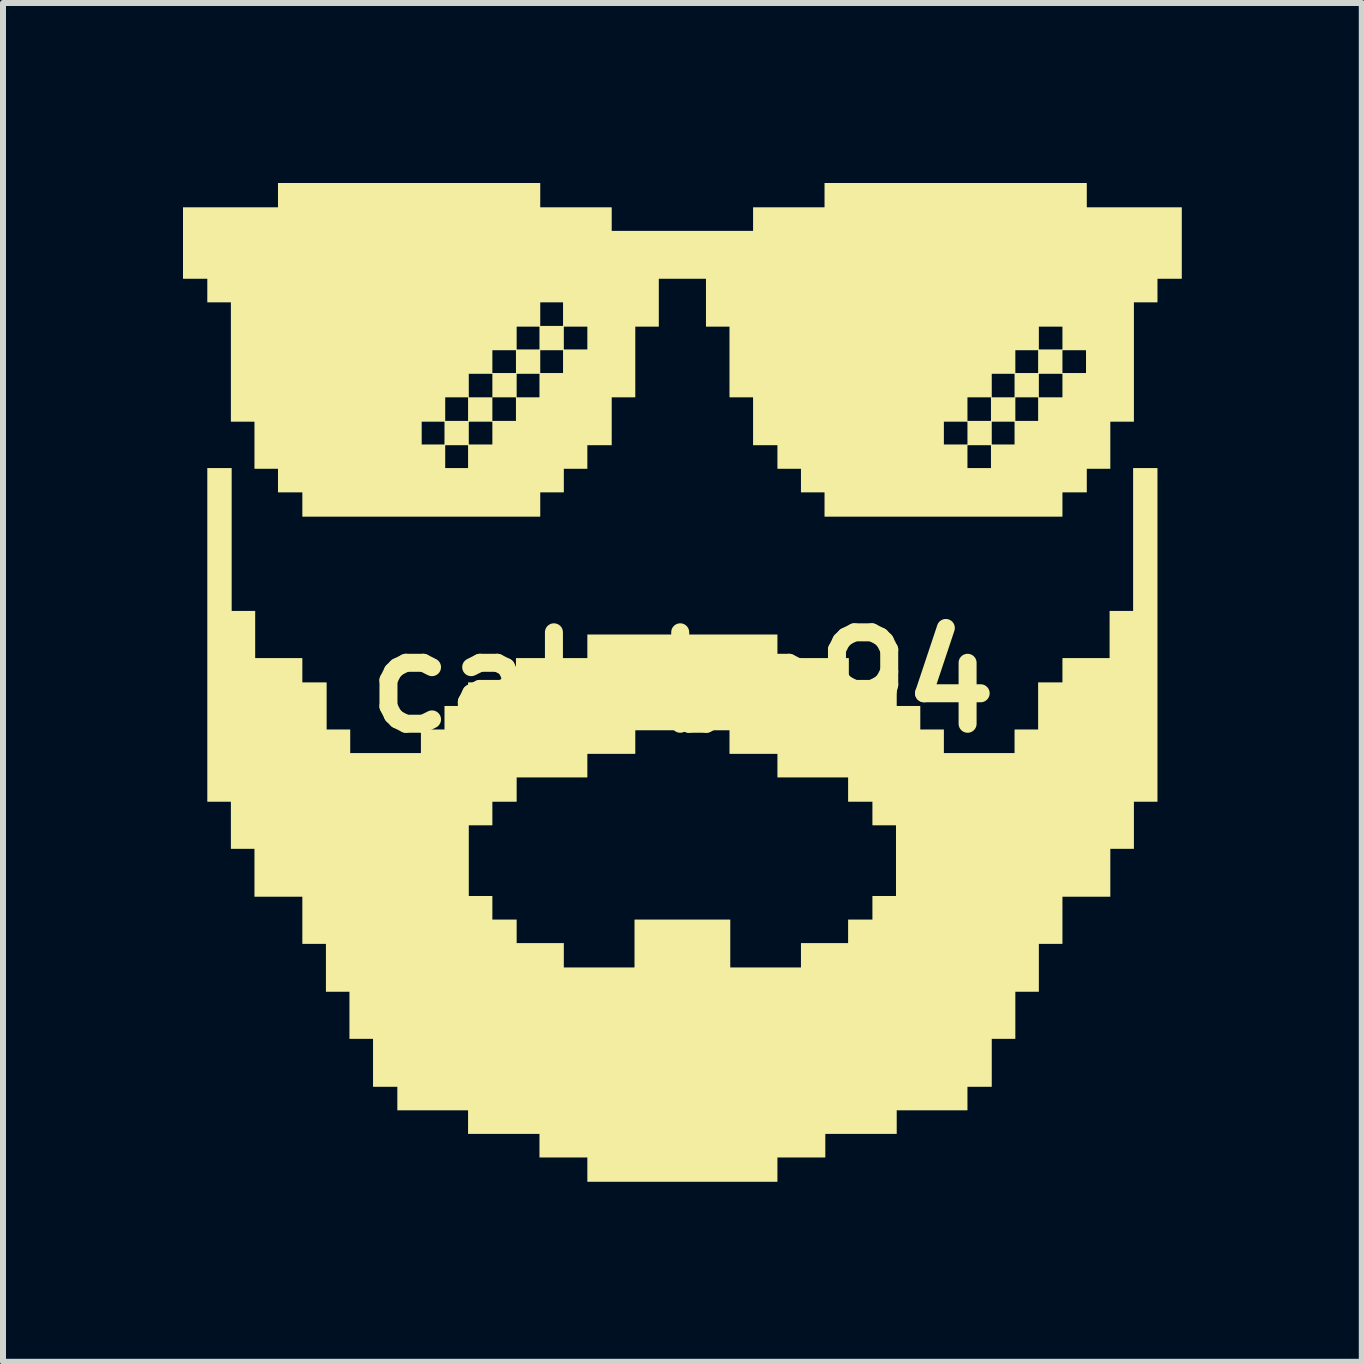
<source format=kicad_pcb>
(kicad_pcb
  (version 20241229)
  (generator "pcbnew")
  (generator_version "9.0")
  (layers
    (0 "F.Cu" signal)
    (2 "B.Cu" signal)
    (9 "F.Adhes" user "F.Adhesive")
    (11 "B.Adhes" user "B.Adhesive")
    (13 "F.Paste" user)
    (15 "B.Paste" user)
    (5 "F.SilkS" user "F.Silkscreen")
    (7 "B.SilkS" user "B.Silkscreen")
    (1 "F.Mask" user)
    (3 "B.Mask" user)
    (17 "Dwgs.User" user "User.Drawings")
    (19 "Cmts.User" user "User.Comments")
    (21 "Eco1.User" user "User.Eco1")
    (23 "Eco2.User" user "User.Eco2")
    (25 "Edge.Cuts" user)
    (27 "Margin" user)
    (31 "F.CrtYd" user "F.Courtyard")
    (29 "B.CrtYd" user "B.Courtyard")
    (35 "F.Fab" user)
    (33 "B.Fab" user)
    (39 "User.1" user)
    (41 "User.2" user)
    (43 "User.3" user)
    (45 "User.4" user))
  (footprint "calebe94"
    (layer "F.Cu")
    (at 8.323 8.323)
    (property "Reference" "calebe94" (at 0 0 0) (layer "F.SilkS") (effects (font (size 1.524 1.524) (thickness 0.3))))
    (attr board_only exclude_from_pos_files exclude_from_bom)
    (fp_poly (pts (xy -7.512 -1.191) (xy -7.12 -1.191) (xy -7.12 -0.405) (xy -6.334 -0.405) (xy -6.334 0) (xy -5.929 0) (xy -5.929 0.785) (xy -5.536 0.785) (xy -5.536 1.178) (xy -4.358 1.178) (xy -4.358 0.785) (xy -3.965 0.785) (xy -3.965 0.393) (xy -3.572 0.393) (xy -3.572 0) (xy -2.774 0) (xy -2.774 -0.405) (xy -1.584 -0.405) (xy -1.584 -0.798) (xy 1.584 -0.798) (xy 1.584 -0.405) (xy 2.774 -0.405) (xy 2.774 0) (xy 3.572 0) (xy 3.572 0.393) (xy 3.965 0.393) (xy 3.965 0.785) (xy 4.358 0.785) (xy 4.358 1.178) (xy 5.536 1.178) (xy 5.536 0.785) (xy 5.929 0.785) (xy 5.929 0) (xy 6.334 0) (xy 6.334 -0.405) (xy 7.12 -0.405) (xy 7.12 -1.191) (xy 7.512 -1.191) (xy 7.512 -3.572) (xy 7.918 -3.572) (xy 7.918 1.989) (xy 7.525 1.989) (xy 7.525 2.774) (xy 7.132 2.774) (xy 7.132 3.572) (xy 6.334 3.572) (xy 6.334 4.358) (xy 5.941 4.358) (xy 5.941 5.156) (xy 5.549 5.156) (xy 5.549 5.941) (xy 5.156 5.941) (xy 5.156 6.74) (xy 4.751 6.74) (xy 4.751 7.132) (xy 3.572 7.132) (xy 3.572 7.525) (xy 2.382 7.525) (xy 2.382 7.918) (xy 1.584 7.918) (xy 1.584 8.323) (xy -1.584 8.323) (xy -1.584 7.918) (xy -2.382 7.918) (xy -2.382 7.525) (xy -3.572 7.525) (xy -3.572 7.132) (xy -4.751 7.132) (xy -4.751 6.74) (xy -5.156 6.74) (xy -5.156 5.941) (xy -5.549 5.941) (xy -5.549 5.156) (xy -5.941 5.156) (xy -5.941 4.358) (xy -6.334 4.358) (xy -6.334 3.572) (xy -7.132 3.572) (xy -7.132 3.56) (xy -3.56 3.56) (xy -3.167 3.56) (xy -3.167 3.953) (xy -2.762 3.953) (xy -2.762 4.345) (xy -1.976 4.345) (xy -1.976 4.751) (xy -0.798 4.751) (xy -0.798 3.953) (xy 0.798 3.953) (xy 0.798 4.751) (xy 1.976 4.751) (xy 1.976 4.345) (xy 2.762 4.345) (xy 2.762 3.953) (xy 3.167 3.953) (xy 3.167 3.56) (xy 3.56 3.56) (xy 3.56 2.382) (xy 3.167 2.382) (xy 3.167 1.989) (xy 2.762 1.989) (xy 2.762 1.584) (xy 1.584 1.584) (xy 1.584 1.191) (xy 0.785 1.191) (xy 0.785 0.798) (xy -0.785 0.798) (xy -0.785 1.191) (xy -1.584 1.191) (xy -1.584 1.584) (xy -2.762 1.584) (xy -2.762 1.989) (xy -3.167 1.989) (xy -3.167 2.382) (xy -3.56 2.382) (xy -3.56 3.56) (xy -7.132 3.56) (xy -7.132 2.774) (xy -7.525 2.774) (xy -7.525 1.989) (xy -7.918 1.989) (xy -7.918 -3.572) (xy -7.512 -3.572)) (stroke (width 0) (type solid)) (fill yes) (layer "F.SilkS"))
    (fp_poly (pts (xy -2.369 -7.918) (xy -1.178 -7.918) (xy -1.178 -7.525) (xy 1.178 -7.525) (xy 1.178 -7.918) (xy 2.369 -7.918) (xy 2.369 -8.323) (xy 6.74 -8.323) (xy 6.74 -7.918) (xy 8.323 -7.918) (xy 8.323 -6.727) (xy 7.918 -6.727) (xy 7.918 -6.334) (xy 7.525 -6.334) (xy 7.525 -4.345) (xy 7.132 -4.345) (xy 7.132 -3.56) (xy 6.74 -3.56) (xy 6.74 -3.167) (xy 6.334 -3.167) (xy 6.334 -2.762) (xy 2.369 -2.762) (xy 2.369 -3.167) (xy 1.976 -3.167) (xy 1.976 -3.56) (xy 1.584 -3.56) (xy 1.584 -3.572) (xy 4.751 -3.572) (xy 5.143 -3.572) (xy 5.143 -3.953) (xy 4.751 -3.953) (xy 4.751 -3.572) (xy 1.584 -3.572) (xy 1.584 -3.953) (xy 1.178 -3.953) (xy 1.178 -3.965) (xy 4.358 -3.965) (xy 4.751 -3.965) (xy 5.156 -3.965) (xy 5.536 -3.965) (xy 5.536 -4.345) (xy 5.156 -4.345) (xy 5.156 -3.965) (xy 4.751 -3.965) (xy 4.751 -4.345) (xy 4.358 -4.345) (xy 4.358 -3.965) (xy 1.178 -3.965) (xy 1.178 -4.358) (xy 4.751 -4.358) (xy 5.143 -4.358) (xy 5.549 -4.358) (xy 5.929 -4.358) (xy 5.929 -4.751) (xy 5.941 -4.751) (xy 6.334 -4.751) (xy 6.334 -5.143) (xy 5.941 -5.143) (xy 5.941 -4.751) (xy 5.929 -4.751) (xy 5.549 -4.751) (xy 5.549 -4.358) (xy 5.143 -4.358) (xy 5.143 -4.751) (xy 5.156 -4.751) (xy 5.536 -4.751) (xy 5.536 -5.143) (xy 5.156 -5.143) (xy 5.156 -4.751) (xy 5.143 -4.751) (xy 4.751 -4.751) (xy 4.751 -4.358) (xy 1.178 -4.358) (xy 1.178 -4.751) (xy 0.785 -4.751) (xy 0.785 -5.156) (xy 5.549 -5.156) (xy 5.929 -5.156) (xy 6.334 -5.156) (xy 6.727 -5.156) (xy 6.727 -5.536) (xy 6.334 -5.536) (xy 6.334 -5.156) (xy 5.929 -5.156) (xy 5.929 -5.536) (xy 5.549 -5.536) (xy 5.549 -5.156) (xy 0.785 -5.156) (xy 0.785 -5.549) (xy 5.941 -5.549) (xy 6.334 -5.549) (xy 6.334 -5.929) (xy 5.941 -5.929) (xy 5.941 -5.549) (xy 0.785 -5.549) (xy 0.785 -5.929) (xy 0.393 -5.929) (xy 0.393 -6.727) (xy -0.393 -6.727) (xy -0.393 -5.929) (xy -0.785 -5.929) (xy -0.785 -4.751) (xy -1.178 -4.751) (xy -1.178 -3.953) (xy -1.584 -3.953) (xy -1.584 -3.56) (xy -1.976 -3.56) (xy -1.976 -3.167) (xy -2.369 -3.167) (xy -2.369 -2.762) (xy -6.334 -2.762) (xy -6.334 -3.167) (xy -6.74 -3.167) (xy -6.74 -3.56) (xy -7.132 -3.56) (xy -7.132 -3.572) (xy -3.953 -3.572) (xy -3.572 -3.572) (xy -3.572 -3.953) (xy -3.953 -3.953) (xy -3.953 -3.572) (xy -7.132 -3.572) (xy -7.132 -3.965) (xy -4.345 -3.965) (xy -3.965 -3.965) (xy -3.56 -3.965) (xy -3.167 -3.965) (xy -3.167 -4.345) (xy -3.56 -4.345) (xy -3.56 -3.965) (xy -3.965 -3.965) (xy -3.965 -4.345) (xy -4.345 -4.345) (xy -4.345 -3.965) (xy -7.132 -3.965) (xy -7.132 -4.345) (xy -7.525 -4.345) (xy -7.525 -4.358) (xy -3.953 -4.358) (xy -3.572 -4.358) (xy -3.167 -4.358) (xy -2.774 -4.358) (xy -2.774 -4.751) (xy -2.762 -4.751) (xy -2.382 -4.751) (xy -2.382 -5.143) (xy -2.762 -5.143) (xy -2.762 -4.751) (xy -2.774 -4.751) (xy -3.167 -4.751) (xy -3.167 -4.358) (xy -3.572 -4.358) (xy -3.572 -4.751) (xy -3.56 -4.751) (xy -3.167 -4.751) (xy -3.167 -5.143) (xy -3.56 -5.143) (xy -3.56 -4.751) (xy -3.572 -4.751) (xy -3.953 -4.751) (xy -3.953 -4.358) (xy -7.525 -4.358) (xy -7.525 -5.156) (xy -3.167 -5.156) (xy -2.774 -5.156) (xy -2.369 -5.156) (xy -1.989 -5.156) (xy -1.989 -5.536) (xy -2.369 -5.536) (xy -2.369 -5.156) (xy -2.774 -5.156) (xy -2.774 -5.536) (xy -3.167 -5.536) (xy -3.167 -5.156) (xy -7.525 -5.156) (xy -7.525 -5.549) (xy -2.762 -5.549) (xy -2.382 -5.549) (xy -1.976 -5.549) (xy -1.584 -5.549) (xy -1.584 -5.929) (xy -1.976 -5.929) (xy -1.976 -5.549) (xy -2.382 -5.549) (xy -2.382 -5.929) (xy -2.762 -5.929) (xy -2.762 -5.549) (xy -7.525 -5.549) (xy -7.525 -5.941) (xy -2.369 -5.941) (xy -1.989 -5.941) (xy -1.989 -6.334) (xy -2.369 -6.334) (xy -2.369 -5.941) (xy -7.525 -5.941) (xy -7.525 -6.334) (xy -7.918 -6.334) (xy -7.918 -6.727) (xy -8.323 -6.727) (xy -8.323 -7.918) (xy -6.74 -7.918) (xy -6.74 -8.323) (xy -2.369 -8.323)) (stroke (width 0) (type solid)) (fill yes) (layer "F.SilkS")))
  (gr_rect
    (start -3 -3)
    (end 19.646 19.646)
    (stroke (width 0.1) (type default))
    (fill no)
    (layer "Edge.Cuts")))
</source>
